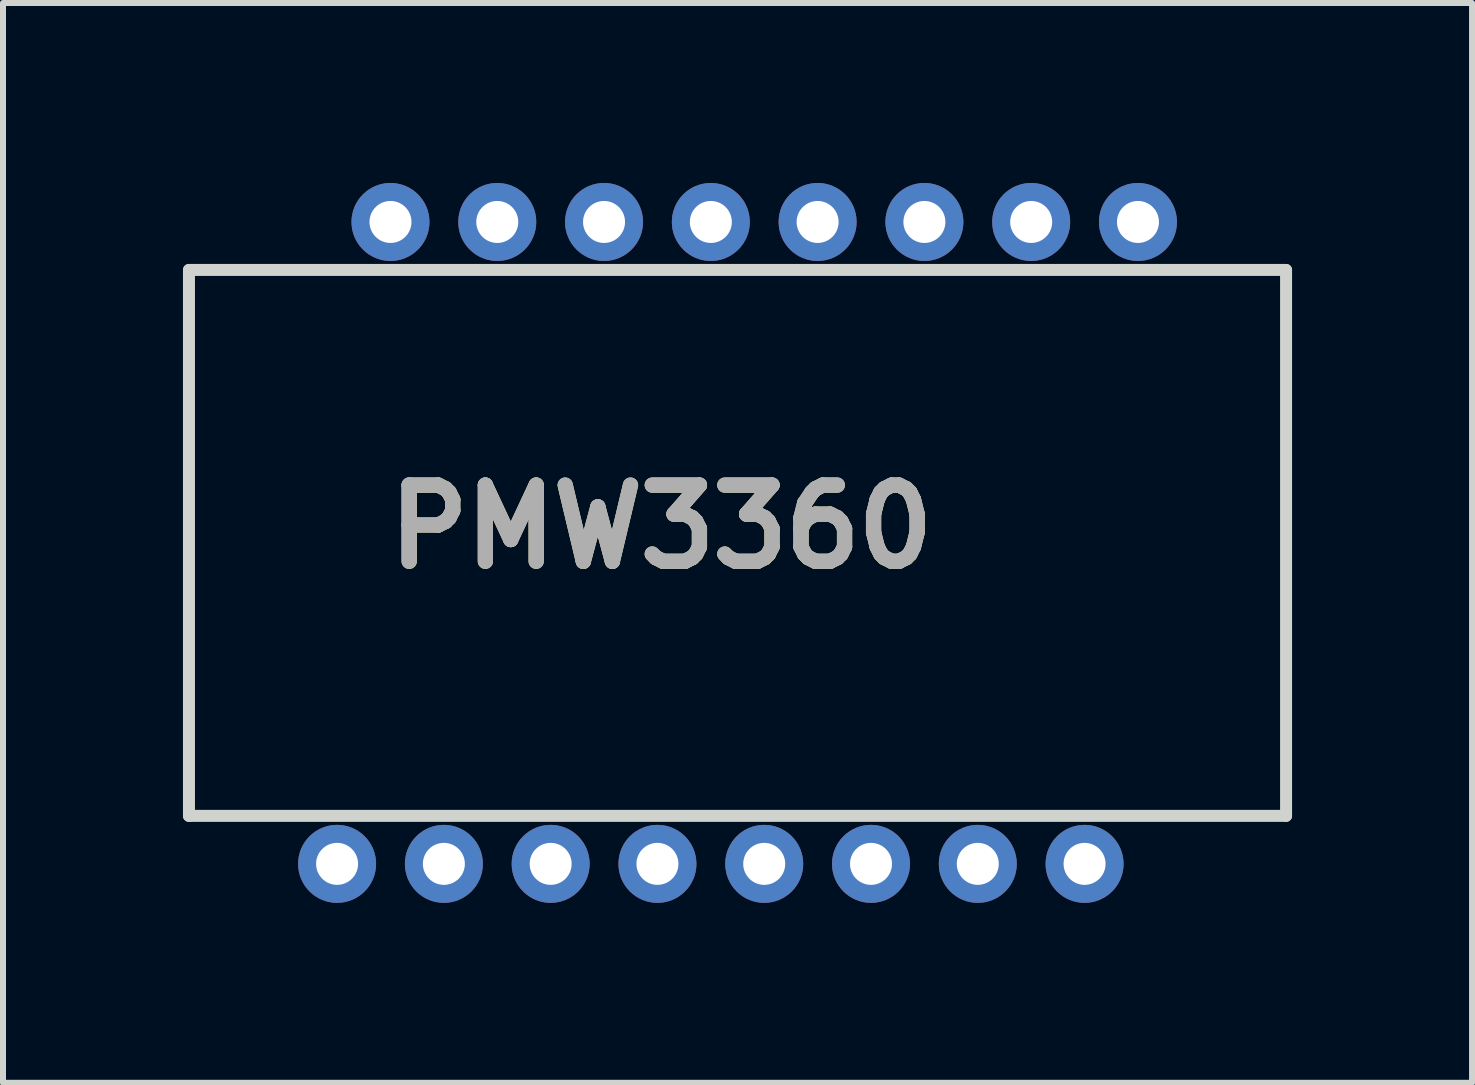
<source format=kicad_pcb>
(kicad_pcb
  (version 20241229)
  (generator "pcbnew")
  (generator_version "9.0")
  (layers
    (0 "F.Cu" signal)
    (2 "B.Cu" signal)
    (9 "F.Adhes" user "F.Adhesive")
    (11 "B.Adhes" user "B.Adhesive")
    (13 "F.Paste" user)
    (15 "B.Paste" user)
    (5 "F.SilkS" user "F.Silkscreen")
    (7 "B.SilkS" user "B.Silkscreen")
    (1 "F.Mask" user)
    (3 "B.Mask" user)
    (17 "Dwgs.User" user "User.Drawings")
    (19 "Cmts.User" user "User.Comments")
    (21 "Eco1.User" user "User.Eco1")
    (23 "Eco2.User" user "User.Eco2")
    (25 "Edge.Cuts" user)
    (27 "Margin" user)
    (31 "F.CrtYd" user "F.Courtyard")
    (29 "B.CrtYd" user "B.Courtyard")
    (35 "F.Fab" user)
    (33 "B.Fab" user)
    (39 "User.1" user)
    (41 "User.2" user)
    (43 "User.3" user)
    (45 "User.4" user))
  (footprint "PMW3360"
    (layer "F.Cu")
    (at 9.244 6)
    (property "Reference" "PMW3360" (at -1.27 -0.268 0) (layer "F.SilkS") (effects (font (size 1.27 1.27) (thickness 0.254))))
    (attr smd)
    (fp_line (start -9.144 -4.55) (end 9.144 -4.55) (stroke (width 0.2) (type solid)) (layer "Edge.Cuts"))
    (fp_line (start -9.144 4.55) (end -9.144 -4.55) (stroke (width 0.2) (type solid)) (layer "Edge.Cuts"))
    (fp_line (start 9.144 -4.55) (end 9.144 4.55) (stroke (width 0.2) (type solid)) (layer "Edge.Cuts"))
    (fp_line (start 9.144 4.55) (end -9.144 4.55) (stroke (width 0.2) (type solid)) (layer "Edge.Cuts"))
    (fp_text user "${REFERENCE}" (at -1.27 -0.268 0) (layer "F.Fab") (effects (font (size 1.27 1.27) (thickness 0.254))))
    (pad "1" thru_hole circle (at 6.675 -5.35) (size 1.3 1.3) (drill 0.7) (layers "*.Cu" "*.Mask"))
    (pad "2" thru_hole circle (at 4.895 -5.35) (size 1.3 1.3) (drill 0.7) (layers "*.Cu" "*.Mask"))
    (pad "3" thru_hole circle (at 3.115 -5.35) (size 1.3 1.3) (drill 0.7) (layers "*.Cu" "*.Mask"))
    (pad "4" thru_hole circle (at 1.335 -5.35) (size 1.3 1.3) (drill 0.7) (layers "*.Cu" "*.Mask"))
    (pad "5" thru_hole circle (at -0.445 -5.35) (size 1.3 1.3) (drill 0.7) (layers "*.Cu" "*.Mask"))
    (pad "6" thru_hole circle (at -2.225 -5.35) (size 1.3 1.3) (drill 0.7) (layers "*.Cu" "*.Mask"))
    (pad "7" thru_hole circle (at -4.005 -5.35) (size 1.3 1.3) (drill 0.7) (layers "*.Cu" "*.Mask"))
    (pad "8" thru_hole circle (at -5.785 -5.35) (size 1.3 1.3) (drill 0.7) (layers "*.Cu" "*.Mask"))
    (pad "9" thru_hole circle (at -6.675 5.35) (size 1.3 1.3) (drill 0.7) (layers "*.Cu" "*.Mask"))
    (pad "10" thru_hole circle (at -4.895 5.35) (size 1.3 1.3) (drill 0.7) (layers "*.Cu" "*.Mask"))
    (pad "11" thru_hole circle (at -3.115 5.35) (size 1.3 1.3) (drill 0.7) (layers "*.Cu" "*.Mask"))
    (pad "12" thru_hole circle (at -1.335 5.35) (size 1.3 1.3) (drill 0.7) (layers "*.Cu" "*.Mask"))
    (pad "13" thru_hole circle (at 0.445 5.35) (size 1.3 1.3) (drill 0.7) (layers "*.Cu" "*.Mask"))
    (pad "14" thru_hole circle (at 2.225 5.35) (size 1.3 1.3) (drill 0.7) (layers "*.Cu" "*.Mask"))
    (pad "15" thru_hole circle (at 4.005 5.35) (size 1.3 1.3) (drill 0.7) (layers "*.Cu" "*.Mask"))
    (pad "16" thru_hole circle (at 5.785 5.35) (size 1.3 1.3) (drill 0.7) (layers "*.Cu" "*.Mask")))
  (gr_rect
    (start -3 -3)
    (end 21.488 15)
    (stroke (width 0.1) (type default))
    (fill no)
    (layer "Edge.Cuts")))
</source>
